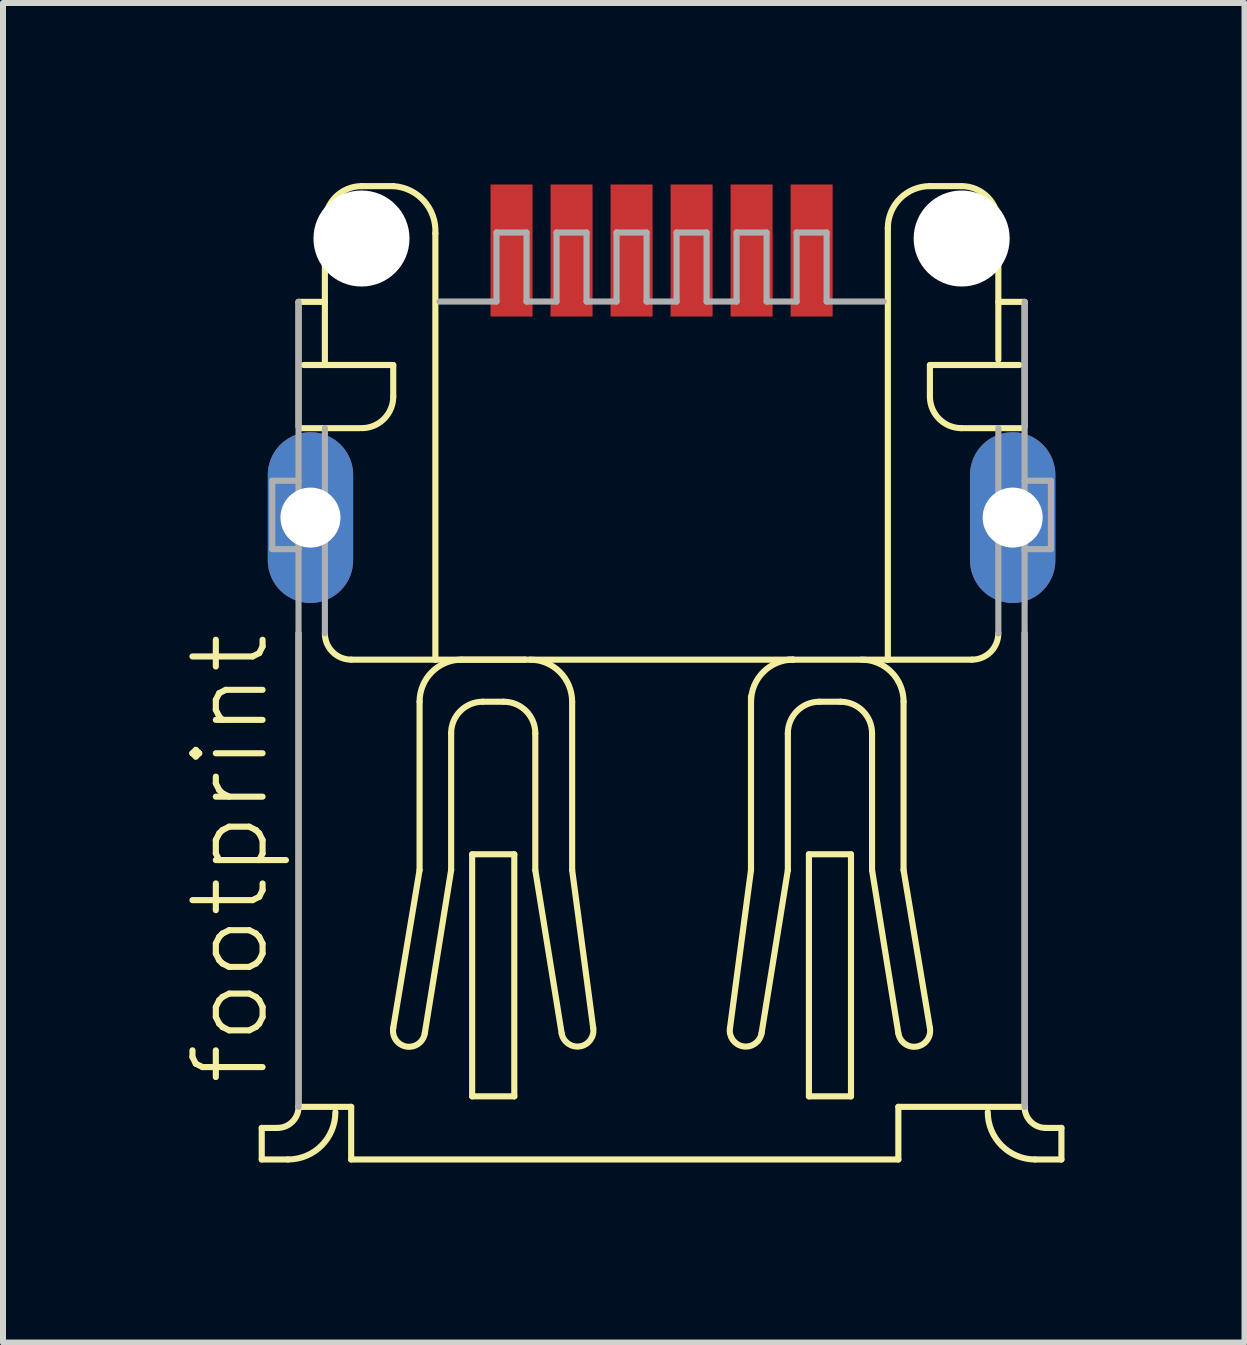
<source format=kicad_pcb>
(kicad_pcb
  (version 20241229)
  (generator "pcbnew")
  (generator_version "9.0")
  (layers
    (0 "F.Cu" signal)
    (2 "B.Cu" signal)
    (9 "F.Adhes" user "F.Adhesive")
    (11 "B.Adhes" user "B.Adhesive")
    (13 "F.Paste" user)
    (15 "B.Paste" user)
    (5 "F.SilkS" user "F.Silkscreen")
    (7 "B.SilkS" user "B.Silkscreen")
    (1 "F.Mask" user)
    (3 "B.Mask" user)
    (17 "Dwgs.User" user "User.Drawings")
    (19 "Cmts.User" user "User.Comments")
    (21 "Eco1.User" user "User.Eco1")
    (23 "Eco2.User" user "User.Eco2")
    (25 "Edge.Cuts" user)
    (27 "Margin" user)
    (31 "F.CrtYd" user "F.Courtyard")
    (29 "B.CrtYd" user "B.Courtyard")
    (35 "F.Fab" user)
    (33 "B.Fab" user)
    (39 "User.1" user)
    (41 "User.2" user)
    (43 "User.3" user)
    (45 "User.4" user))
  (footprint "footprint"
    (layer "F.Cu")
    (at 7.973 5.574)
    (property "Reference" "footprint" (at -6.5 9.5 90) (layer "F.SilkS") (effects (font (size 1.168 1.168) (thickness 0.102)) (justify left bottom)))
    (fp_line (start -6.662 10.169) (end -6.399 10.169) (stroke (width 0.102) (type solid)) (layer "F.SilkS"))
    (fp_line (start -6.662 10.695) (end -6.662 10.169) (stroke (width 0.102) (type solid)) (layer "F.SilkS"))
    (fp_line (start -6.662 10.695) (end -6.224 10.695) (stroke (width 0.102) (type solid)) (layer "F.SilkS"))
    (fp_line (start -6.049 -3.594) (end -5.61 -3.594) (stroke (width 0.102) (type solid)) (layer "F.SilkS"))
    (fp_line (start -6.049 -1.514) (end -6.049 -3.594) (stroke (width 0.102) (type solid)) (layer "F.SilkS"))
    (fp_line (start -6.049 9.818) (end -6.049 1.926) (stroke (width 0.102) (type solid)) (layer "F.SilkS"))
    (fp_line (start -6.011 -1.49) (end -5.034 -1.49) (stroke (width 0.102) (type solid)) (layer "F.SilkS"))
    (fp_line (start -5.61 -3.594) (end -5.61 -4.909) (stroke (width 0.102) (type solid)) (layer "F.SilkS"))
    (fp_line (start -5.61 -3.594) (end -5.61 -2.542) (stroke (width 0.102) (type solid)) (layer "F.SilkS"))
    (fp_line (start -5.172 9.818) (end -6.049 9.818) (stroke (width 0.102) (type solid)) (layer "F.SilkS"))
    (fp_line (start -5.172 9.818) (end -5.172 10.695) (stroke (width 0.102) (type solid)) (layer "F.SilkS"))
    (fp_line (start -5.172 10.695) (end 3.945 10.695) (stroke (width 0.102) (type solid)) (layer "F.SilkS"))
    (fp_line (start -4.997 -5.523) (end -4.471 -5.523) (stroke (width 0.102) (type solid)) (layer "F.SilkS"))
    (fp_line (start -4.471 -2.542) (end -5.961 -2.542) (stroke (width 0.102) (type solid)) (layer "F.SilkS"))
    (fp_line (start -4.471 -2.016) (end -4.471 -2.542) (stroke (width 0.102) (type solid)) (layer "F.SilkS"))
    (fp_line (start -4.471 8.503) (end -4.032 5.873) (stroke (width 0.102) (type solid)) (layer "F.SilkS"))
    (fp_line (start -4.032 5.873) (end -4.032 3.068) (stroke (width 0.102) (type solid)) (layer "F.SilkS"))
    (fp_line (start -3.769 -4.734) (end -3.769 2.367) (stroke (width 0.102) (type solid)) (layer "F.SilkS"))
    (fp_line (start -3.769 2.367) (end -5.172 2.367) (stroke (width 0.102) (type solid)) (layer "F.SilkS"))
    (fp_line (start -3.769 2.367) (end -2.279 2.367) (stroke (width 0.102) (type solid)) (layer "F.SilkS"))
    (fp_line (start -3.506 5.873) (end -3.945 8.591) (stroke (width 0.102) (type solid)) (layer "F.SilkS"))
    (fp_line (start -3.506 5.873) (end -3.506 3.594) (stroke (width 0.102) (type solid)) (layer "F.SilkS"))
    (fp_line (start -3.331 2.367) (end -2.279 2.367) (stroke (width 0.102) (type solid)) (layer "F.SilkS"))
    (fp_line (start -3.156 5.61) (end -3.156 9.643) (stroke (width 0.102) (type solid)) (layer "F.SilkS"))
    (fp_line (start -3.156 9.643) (end -2.454 9.643) (stroke (width 0.102) (type solid)) (layer "F.SilkS"))
    (fp_line (start -2.98 3.068) (end -2.63 3.068) (stroke (width 0.102) (type solid)) (layer "F.SilkS"))
    (fp_line (start -2.454 5.61) (end -3.156 5.61) (stroke (width 0.102) (type solid)) (layer "F.SilkS"))
    (fp_line (start -2.454 9.643) (end -2.454 5.61) (stroke (width 0.102) (type solid)) (layer "F.SilkS"))
    (fp_line (start -2.279 2.367) (end 2.192 2.367) (stroke (width 0.102) (type solid)) (layer "F.SilkS"))
    (fp_line (start -2.104 5.873) (end -2.104 3.594) (stroke (width 0.102) (type solid)) (layer "F.SilkS"))
    (fp_line (start -2.104 5.873) (end -1.665 8.591) (stroke (width 0.102) (type solid)) (layer "F.SilkS"))
    (fp_line (start -1.49 5.873) (end -1.49 3.068) (stroke (width 0.102) (type solid)) (layer "F.SilkS"))
    (fp_line (start -1.139 8.503) (end -1.49 5.873) (stroke (width 0.102) (type solid)) (layer "F.SilkS"))
    (fp_line (start 1.14 8.503) (end 1.49 5.873) (stroke (width 0.102) (type solid)) (layer "F.SilkS"))
    (fp_line (start 1.49 5.873) (end 1.49 2.981) (stroke (width 0.102) (type solid)) (layer "F.SilkS"))
    (fp_line (start 2.104 5.873) (end 1.666 8.591) (stroke (width 0.102) (type solid)) (layer "F.SilkS"))
    (fp_line (start 2.104 5.873) (end 2.104 3.594) (stroke (width 0.102) (type solid)) (layer "F.SilkS"))
    (fp_line (start 2.104 2.367) (end 2.192 2.367) (stroke (width 0.102) (type solid)) (layer "F.SilkS"))
    (fp_line (start 2.192 2.367) (end 3.77 2.367) (stroke (width 0.102) (type solid)) (layer "F.SilkS"))
    (fp_line (start 2.455 9.643) (end 2.455 5.61) (stroke (width 0.102) (type solid)) (layer "F.SilkS"))
    (fp_line (start 2.455 9.643) (end 3.156 9.643) (stroke (width 0.102) (type solid)) (layer "F.SilkS"))
    (fp_line (start 2.981 3.068) (end 2.63 3.068) (stroke (width 0.102) (type solid)) (layer "F.SilkS"))
    (fp_line (start 3.156 5.61) (end 3.156 9.643) (stroke (width 0.102) (type solid)) (layer "F.SilkS"))
    (fp_line (start 3.156 5.61) (end 2.455 5.61) (stroke (width 0.102) (type solid)) (layer "F.SilkS"))
    (fp_line (start 3.507 5.873) (end 3.507 3.594) (stroke (width 0.102) (type solid)) (layer "F.SilkS"))
    (fp_line (start 3.507 5.873) (end 3.945 8.591) (stroke (width 0.102) (type solid)) (layer "F.SilkS"))
    (fp_line (start 3.77 -4.822) (end 3.77 2.367) (stroke (width 0.102) (type solid)) (layer "F.SilkS"))
    (fp_line (start 3.77 2.367) (end 5.172 2.367) (stroke (width 0.102) (type solid)) (layer "F.SilkS"))
    (fp_line (start 3.945 9.818) (end 6.049 9.818) (stroke (width 0.102) (type solid)) (layer "F.SilkS"))
    (fp_line (start 3.945 10.695) (end 3.945 9.818) (stroke (width 0.102) (type solid)) (layer "F.SilkS"))
    (fp_line (start 4.032 5.873) (end 4.032 3.068) (stroke (width 0.102) (type solid)) (layer "F.SilkS"))
    (fp_line (start 4.471 8.503) (end 4.032 5.873) (stroke (width 0.102) (type solid)) (layer "F.SilkS"))
    (fp_line (start 4.471 -2.542) (end 5.961 -2.542) (stroke (width 0.102) (type solid)) (layer "F.SilkS"))
    (fp_line (start 4.471 -2.016) (end 4.471 -2.542) (stroke (width 0.102) (type solid)) (layer "F.SilkS"))
    (fp_line (start 4.997 -5.523) (end 4.471 -5.523) (stroke (width 0.102) (type solid)) (layer "F.SilkS"))
    (fp_line (start 5.611 -2.63) (end 5.611 -4.909) (stroke (width 0.102) (type solid)) (layer "F.SilkS"))
    (fp_line (start 6.011 -1.49) (end 4.997 -1.49) (stroke (width 0.102) (type solid)) (layer "F.SilkS"))
    (fp_line (start 6.049 -3.594) (end 5.611 -3.594) (stroke (width 0.102) (type solid)) (layer "F.SilkS"))
    (fp_line (start 6.049 -3.594) (end 6.049 -1.514) (stroke (width 0.102) (type solid)) (layer "F.SilkS"))
    (fp_line (start 6.049 1.926) (end 6.049 9.818) (stroke (width 0.102) (type solid)) (layer "F.SilkS"))
    (fp_line (start 6.224 10.695) (end 6.662 10.695) (stroke (width 0.102) (type solid)) (layer "F.SilkS"))
    (fp_line (start 6.662 10.169) (end 6.399 10.169) (stroke (width 0.102) (type solid)) (layer "F.SilkS"))
    (fp_line (start 6.662 10.695) (end 6.662 10.169) (stroke (width 0.102) (type solid)) (layer "F.SilkS"))
    (fp_arc (start -6.0486 9.8181) (mid -6.151288 10.066012) (end -6.3992 10.1687) (stroke (width 0.1016) (type solid)) (layer "F.SilkS"))
    (fp_arc (start -5.6103 -4.9091) (mid -5.430522 -5.343022) (end -4.9966 -5.5228) (stroke (width 0.1016) (type solid)) (layer "F.SilkS"))
    (fp_arc (start -5.4349 9.9057) (mid -5.665993 10.463607) (end -6.2239 10.6947) (stroke (width 0.1016) (type solid)) (layer "F.SilkS"))
    (fp_arc (start -5.1719 2.3668) (mid -5.481896 2.238396) (end -5.6103 1.9284) (stroke (width 0.1016) (type solid)) (layer "F.SilkS"))
    (fp_arc (start -4.4707 -5.5228) (mid -3.956663 -5.273594) (end -3.7694 -4.7339) (stroke (width 0.1016) (type solid)) (layer "F.SilkS"))
    (fp_arc (start -4.4707 -2.0162) (mid -4.624733 -1.644333) (end -4.9966 -1.4903) (stroke (width 0.1016) (type solid)) (layer "F.SilkS"))
    (fp_arc (start -4.0323 3.0681) (mid -3.826894 2.572206) (end -3.331 2.3668) (stroke (width 0.1016) (type solid)) (layer "F.SilkS"))
    (fp_arc (start -3.9447 8.5908) (mid -4.25165 8.811151) (end -4.470598 8.503198) (stroke (width 0.1016) (type solid)) (layer "F.SilkS"))
    (fp_arc (start -3.5064 3.5941) (mid -3.352338 3.222162) (end -2.9804 3.0681) (stroke (width 0.1016) (type solid)) (layer "F.SilkS"))
    (fp_arc (start -2.6298 3.0681) (mid -2.257862 3.222162) (end -2.1038 3.5941) (stroke (width 0.1016) (type solid)) (layer "F.SilkS"))
    (fp_arc (start -2.1915 2.3669) (mid -1.695606 2.572306) (end -1.4902 3.0682) (stroke (width 0.1016) (type solid)) (layer "F.SilkS"))
    (fp_arc (start -1.1395 8.5032) (mid -1.3585 8.811203) (end -1.6655 8.5908) (stroke (width 0.1016) (type solid)) (layer "F.SilkS"))
    (fp_arc (start 1.4903 3.0681) (mid 1.695706 2.572206) (end 2.1916 2.3668) (stroke (width 0.1016) (type solid)) (layer "F.SilkS"))
    (fp_arc (start 1.6657 8.5908) (mid 1.3587 8.811203) (end 1.1397 8.5032) (stroke (width 0.1016) (type solid)) (layer "F.SilkS"))
    (fp_arc (start 2.104 3.5941) (mid 2.258033 3.222233) (end 2.6299 3.0682) (stroke (width 0.1016) (type solid)) (layer "F.SilkS"))
    (fp_arc (start 2.9806 3.0681) (mid 3.352538 3.222162) (end 3.5066 3.5941) (stroke (width 0.1016) (type solid)) (layer "F.SilkS"))
    (fp_arc (start 3.3312 2.3668) (mid 3.827094 2.572206) (end 4.0325 3.0681) (stroke (width 0.1016) (type solid)) (layer "F.SilkS"))
    (fp_arc (start 3.769599 -4.821499) (mid 3.974947 -5.317452) (end 4.4709 -5.5228) (stroke (width 0.1016) (type solid)) (layer "F.SilkS"))
    (fp_arc (start 4.470798 8.503198) (mid 4.25185 8.811151) (end 3.9449 8.5908) (stroke (width 0.1016) (type solid)) (layer "F.SilkS"))
    (fp_arc (start 4.996798 -5.5228) (mid 5.43078 -5.343081) (end 5.6105 -4.9091) (stroke (width 0.1016) (type solid)) (layer "F.SilkS"))
    (fp_arc (start 4.9968 -1.4903) (mid 4.624933 -1.644333) (end 4.4709 -2.0162) (stroke (width 0.1016) (type solid)) (layer "F.SilkS"))
    (fp_arc (start 5.6105 1.9285) (mid 5.482125 2.238425) (end 5.1722 2.3668) (stroke (width 0.1016) (type solid)) (layer "F.SilkS"))
    (fp_arc (start 6.2241 10.6947) (mid 5.666193 10.463607) (end 5.4351 9.9057) (stroke (width 0.1016) (type solid)) (layer "F.SilkS"))
    (fp_arc (start 6.3994 10.1687) (mid 6.151488 10.066012) (end 6.0488 9.8181) (stroke (width 0.1016) (type solid)) (layer "F.SilkS"))
    (fp_line (start -6.487 -0.614) (end -6.049 -0.614) (stroke (width 0.102) (type solid)) (layer "F.Fab"))
    (fp_line (start -6.487 0.526) (end -6.487 -0.614) (stroke (width 0.102) (type solid)) (layer "F.Fab"))
    (fp_line (start -6.487 0.526) (end -6.049 0.526) (stroke (width 0.102) (type solid)) (layer "F.Fab"))
    (fp_line (start -6.049 -0.614) (end -6.049 -3.594) (stroke (width 0.102) (type solid)) (layer "F.Fab"))
    (fp_line (start -6.049 0.526) (end -6.049 -0.614) (stroke (width 0.102) (type solid)) (layer "F.Fab"))
    (fp_line (start -6.049 9.818) (end -6.049 0.526) (stroke (width 0.102) (type solid)) (layer "F.Fab"))
    (fp_line (start -5.61 1.928) (end -5.61 -1.49) (stroke (width 0.102) (type solid)) (layer "F.Fab"))
    (fp_line (start -3.7 -3.6) (end -2.75 -3.6) (stroke (width 0.102) (type solid)) (layer "F.Fab"))
    (fp_line (start -2.75 -4.75) (end -2.25 -4.75) (stroke (width 0.102) (type solid)) (layer "F.Fab"))
    (fp_line (start -2.75 -3.6) (end -2.75 -4.75) (stroke (width 0.102) (type solid)) (layer "F.Fab"))
    (fp_line (start -2.25 -4.75) (end -2.25 -3.6) (stroke (width 0.102) (type solid)) (layer "F.Fab"))
    (fp_line (start -2.25 -3.6) (end -1.75 -3.6) (stroke (width 0.102) (type solid)) (layer "F.Fab"))
    (fp_line (start -1.75 -4.75) (end -1.25 -4.75) (stroke (width 0.102) (type solid)) (layer "F.Fab"))
    (fp_line (start -1.75 -3.6) (end -1.75 -4.75) (stroke (width 0.102) (type solid)) (layer "F.Fab"))
    (fp_line (start -1.25 -4.75) (end -1.25 -3.6) (stroke (width 0.102) (type solid)) (layer "F.Fab"))
    (fp_line (start -1.25 -3.6) (end -0.75 -3.6) (stroke (width 0.102) (type solid)) (layer "F.Fab"))
    (fp_line (start -0.75 -4.75) (end -0.25 -4.75) (stroke (width 0.102) (type solid)) (layer "F.Fab"))
    (fp_line (start -0.75 -3.6) (end -0.75 -4.75) (stroke (width 0.102) (type solid)) (layer "F.Fab"))
    (fp_line (start -0.25 -4.75) (end -0.25 -3.6) (stroke (width 0.102) (type solid)) (layer "F.Fab"))
    (fp_line (start -0.25 -3.6) (end 0.25 -3.6) (stroke (width 0.102) (type solid)) (layer "F.Fab"))
    (fp_line (start 0.25 -4.75) (end 0.75 -4.75) (stroke (width 0.102) (type solid)) (layer "F.Fab"))
    (fp_line (start 0.25 -3.6) (end 0.25 -4.75) (stroke (width 0.102) (type solid)) (layer "F.Fab"))
    (fp_line (start 0.75 -4.75) (end 0.75 -3.6) (stroke (width 0.102) (type solid)) (layer "F.Fab"))
    (fp_line (start 0.75 -3.6) (end 1.25 -3.6) (stroke (width 0.102) (type solid)) (layer "F.Fab"))
    (fp_line (start 1.25 -4.75) (end 1.75 -4.75) (stroke (width 0.102) (type solid)) (layer "F.Fab"))
    (fp_line (start 1.25 -3.6) (end 1.25 -4.75) (stroke (width 0.102) (type solid)) (layer "F.Fab"))
    (fp_line (start 1.75 -4.75) (end 1.75 -3.6) (stroke (width 0.102) (type solid)) (layer "F.Fab"))
    (fp_line (start 1.75 -3.6) (end 2.25 -3.6) (stroke (width 0.102) (type solid)) (layer "F.Fab"))
    (fp_line (start 2.25 -4.75) (end 2.75 -4.75) (stroke (width 0.102) (type solid)) (layer "F.Fab"))
    (fp_line (start 2.25 -3.6) (end 2.25 -4.75) (stroke (width 0.102) (type solid)) (layer "F.Fab"))
    (fp_line (start 2.75 -4.75) (end 2.75 -3.6) (stroke (width 0.102) (type solid)) (layer "F.Fab"))
    (fp_line (start 2.75 -3.6) (end 3.7 -3.6) (stroke (width 0.102) (type solid)) (layer "F.Fab"))
    (fp_line (start 5.611 1.929) (end 5.611 -1.49) (stroke (width 0.102) (type solid)) (layer "F.Fab"))
    (fp_line (start 6.049 -3.594) (end 6.049 -0.614) (stroke (width 0.102) (type solid)) (layer "F.Fab"))
    (fp_line (start 6.049 -0.614) (end 6.049 0.526) (stroke (width 0.102) (type solid)) (layer "F.Fab"))
    (fp_line (start 6.049 0.526) (end 6.049 9.818) (stroke (width 0.102) (type solid)) (layer "F.Fab"))
    (fp_line (start 6.049 0.526) (end 6.487 0.526) (stroke (width 0.102) (type solid)) (layer "F.Fab"))
    (fp_line (start 6.487 -0.614) (end 6.049 -0.614) (stroke (width 0.102) (type solid)) (layer "F.Fab"))
    (fp_line (start 6.487 0.526) (end 6.487 -0.614) (stroke (width 0.102) (type solid)) (layer "F.Fab"))
    (pad "" np_thru_hole circle (at -5 -4.65) (size 1.6 1.6) (drill 1.6) (layers "*.Cu" "*.Mask"))
    (pad "" np_thru_hole circle (at 5 -4.65) (size 1.6 1.6) (drill 1.6) (layers "*.Cu" "*.Mask"))
    (pad "1" smd rect (at -2.5 -4.45) (size 0.7 2.2) (layers "F.Cu" "F.Mask" "F.Paste"))
    (pad "2" smd rect (at -1.5 -4.45) (size 0.7 2.2) (layers "F.Cu" "F.Mask" "F.Paste"))
    (pad "3" smd rect (at -0.5 -4.45) (size 0.7 2.2) (layers "F.Cu" "F.Mask" "F.Paste"))
    (pad "4" smd rect (at 0.5 -4.45) (size 0.7 2.2) (layers "F.Cu" "F.Mask" "F.Paste"))
    (pad "5" smd rect (at 1.5 -4.45) (size 0.7 2.2) (layers "F.Cu" "F.Mask" "F.Paste"))
    (pad "6" smd rect (at 2.5 -4.45) (size 0.7 2.2) (layers "F.Cu" "F.Mask" "F.Paste"))
    (pad "M1" thru_hole oval (at -5.85 0 90) (size 2.845 1.422) (drill 1) (layers "*.Cu" "*.Mask"))
    (pad "M2" thru_hole oval (at 5.85 0 90) (size 2.845 1.422) (drill 1) (layers "*.Cu" "*.Mask")))
  (gr_rect
    (start -3 -3)
    (end 17.686 19.319)
    (stroke (width 0.1) (type default))
    (fill no)
    (layer "Edge.Cuts")))
</source>
